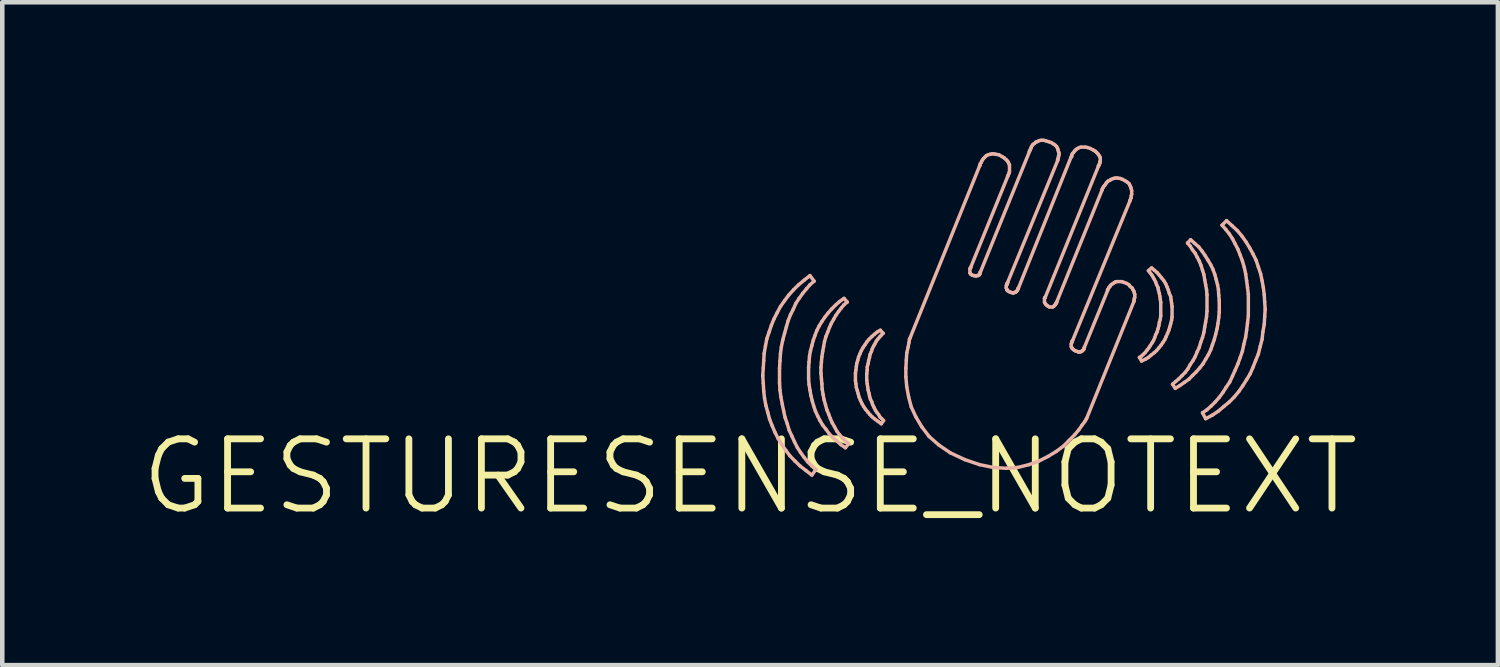
<source format=kicad_pcb>
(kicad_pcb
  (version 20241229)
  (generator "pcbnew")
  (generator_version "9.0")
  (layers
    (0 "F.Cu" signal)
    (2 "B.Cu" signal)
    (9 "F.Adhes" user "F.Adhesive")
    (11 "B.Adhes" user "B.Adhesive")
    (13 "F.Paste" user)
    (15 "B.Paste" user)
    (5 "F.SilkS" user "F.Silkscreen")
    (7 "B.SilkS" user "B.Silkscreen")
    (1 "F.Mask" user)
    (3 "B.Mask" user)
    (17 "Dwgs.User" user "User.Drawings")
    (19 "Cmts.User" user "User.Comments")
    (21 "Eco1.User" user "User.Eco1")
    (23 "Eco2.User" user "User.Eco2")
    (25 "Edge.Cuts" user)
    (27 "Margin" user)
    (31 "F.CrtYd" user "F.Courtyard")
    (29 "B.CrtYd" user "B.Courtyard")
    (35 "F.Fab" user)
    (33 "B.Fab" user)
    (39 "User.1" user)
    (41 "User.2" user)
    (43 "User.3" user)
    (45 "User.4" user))
  (footprint "GESTURESENSE_NOTEXT"
    (layer "F.Cu")
    (at 13.462 7.437)
    (property "Reference" "GESTURESENSE_NOTEXT" (at 0 0 0) (layer "F.SilkS") (effects (font (size 1.524 1.524) (thickness 0.15))))
    (attr exclude_from_pos_files exclude_from_bom)
    (fp_line (start 0.279 -2.22) (end 0.29 -2.05) (stroke (width 0.076) (type solid)) (layer "B.SilkS"))
    (fp_line (start 0.29 -2.388) (end 0.279 -2.22) (stroke (width 0.076) (type solid)) (layer "B.SilkS"))
    (fp_line (start 0.29 -2.05) (end 0.3 -1.88) (stroke (width 0.076) (type solid)) (layer "B.SilkS"))
    (fp_line (start 0.3 -2.548) (end 0.29 -2.388) (stroke (width 0.076) (type solid)) (layer "B.SilkS"))
    (fp_line (start 0.3 -1.88) (end 0.318 -1.72) (stroke (width 0.076) (type solid)) (layer "B.SilkS"))
    (fp_line (start 0.31 -2.708) (end 0.3 -2.548) (stroke (width 0.076) (type solid)) (layer "B.SilkS"))
    (fp_line (start 0.318 -1.72) (end 0.348 -1.56) (stroke (width 0.076) (type solid)) (layer "B.SilkS"))
    (fp_line (start 0.338 -2.868) (end 0.31 -2.708) (stroke (width 0.076) (type solid)) (layer "B.SilkS"))
    (fp_line (start 0.348 -1.56) (end 0.389 -1.41) (stroke (width 0.076) (type solid)) (layer "B.SilkS"))
    (fp_line (start 0.368 -3.028) (end 0.338 -2.868) (stroke (width 0.076) (type solid)) (layer "B.SilkS"))
    (fp_line (start 0.389 -1.41) (end 0.429 -1.26) (stroke (width 0.076) (type solid)) (layer "B.SilkS"))
    (fp_line (start 0.419 -3.178) (end 0.368 -3.028) (stroke (width 0.076) (type solid)) (layer "B.SilkS"))
    (fp_line (start 0.429 -1.26) (end 0.488 -1.11) (stroke (width 0.076) (type solid)) (layer "B.SilkS"))
    (fp_line (start 0.47 -3.33) (end 0.419 -3.178) (stroke (width 0.076) (type solid)) (layer "B.SilkS"))
    (fp_line (start 0.488 -1.11) (end 0.549 -0.968) (stroke (width 0.076) (type solid)) (layer "B.SilkS"))
    (fp_line (start 0.528 -3.47) (end 0.47 -3.33) (stroke (width 0.076) (type solid)) (layer "B.SilkS"))
    (fp_line (start 0.549 -0.968) (end 0.62 -0.828) (stroke (width 0.076) (type solid)) (layer "B.SilkS"))
    (fp_line (start 0.599 -3.609) (end 0.528 -3.47) (stroke (width 0.076) (type solid)) (layer "B.SilkS"))
    (fp_line (start 0.62 -0.828) (end 0.699 -0.699) (stroke (width 0.076) (type solid)) (layer "B.SilkS"))
    (fp_line (start 0.648 -2.38) (end 0.658 -2.54) (stroke (width 0.076) (type solid)) (layer "B.SilkS"))
    (fp_line (start 0.648 -2.06) (end 0.648 -2.38) (stroke (width 0.076) (type solid)) (layer "B.SilkS"))
    (fp_line (start 0.658 -2.54) (end 0.668 -2.697) (stroke (width 0.076) (type solid)) (layer "B.SilkS"))
    (fp_line (start 0.658 -1.9) (end 0.648 -2.06) (stroke (width 0.076) (type solid)) (layer "B.SilkS"))
    (fp_line (start 0.668 -3.739) (end 0.599 -3.609) (stroke (width 0.076) (type solid)) (layer "B.SilkS"))
    (fp_line (start 0.668 -2.697) (end 0.688 -2.85) (stroke (width 0.076) (type solid)) (layer "B.SilkS"))
    (fp_line (start 0.678 -1.748) (end 0.658 -1.9) (stroke (width 0.076) (type solid)) (layer "B.SilkS"))
    (fp_line (start 0.688 -2.85) (end 0.719 -3) (stroke (width 0.076) (type solid)) (layer "B.SilkS"))
    (fp_line (start 0.699 -0.699) (end 0.79 -0.569) (stroke (width 0.076) (type solid)) (layer "B.SilkS"))
    (fp_line (start 0.709 -1.587) (end 0.678 -1.748) (stroke (width 0.076) (type solid)) (layer "B.SilkS"))
    (fp_line (start 0.719 -3) (end 0.759 -3.15) (stroke (width 0.076) (type solid)) (layer "B.SilkS"))
    (fp_line (start 0.739 -1.438) (end 0.709 -1.587) (stroke (width 0.076) (type solid)) (layer "B.SilkS"))
    (fp_line (start 0.759 -3.868) (end 0.668 -3.739) (stroke (width 0.076) (type solid)) (layer "B.SilkS"))
    (fp_line (start 0.759 -3.15) (end 0.798 -3.289) (stroke (width 0.076) (type solid)) (layer "B.SilkS"))
    (fp_line (start 0.77 -1.298) (end 0.739 -1.438) (stroke (width 0.076) (type solid)) (layer "B.SilkS"))
    (fp_line (start 0.79 -0.569) (end 0.879 -0.45) (stroke (width 0.076) (type solid)) (layer "B.SilkS"))
    (fp_line (start 0.798 -3.289) (end 0.838 -3.429) (stroke (width 0.076) (type solid)) (layer "B.SilkS"))
    (fp_line (start 0.818 -1.158) (end 0.77 -1.298) (stroke (width 0.076) (type solid)) (layer "B.SilkS"))
    (fp_line (start 0.838 -3.429) (end 0.889 -3.559) (stroke (width 0.076) (type solid)) (layer "B.SilkS"))
    (fp_line (start 0.848 -3.988) (end 0.759 -3.868) (stroke (width 0.076) (type solid)) (layer "B.SilkS"))
    (fp_line (start 0.859 -1.019) (end 0.818 -1.158) (stroke (width 0.076) (type solid)) (layer "B.SilkS"))
    (fp_line (start 0.879 -0.45) (end 0.988 -0.338) (stroke (width 0.076) (type solid)) (layer "B.SilkS"))
    (fp_line (start 0.889 -3.559) (end 0.95 -3.678) (stroke (width 0.076) (type solid)) (layer "B.SilkS"))
    (fp_line (start 0.919 -0.889) (end 0.859 -1.019) (stroke (width 0.076) (type solid)) (layer "B.SilkS"))
    (fp_line (start 0.95 -3.678) (end 1.008 -3.81) (stroke (width 0.076) (type solid)) (layer "B.SilkS"))
    (fp_line (start 0.958 -4.11) (end 0.848 -3.988) (stroke (width 0.076) (type solid)) (layer "B.SilkS"))
    (fp_line (start 0.978 -0.759) (end 0.919 -0.889) (stroke (width 0.076) (type solid)) (layer "B.SilkS"))
    (fp_line (start 0.988 -0.338) (end 1.1 -0.229) (stroke (width 0.076) (type solid)) (layer "B.SilkS"))
    (fp_line (start 1.008 -3.81) (end 1.079 -3.919) (stroke (width 0.076) (type solid)) (layer "B.SilkS"))
    (fp_line (start 1.039 -0.638) (end 0.978 -0.759) (stroke (width 0.076) (type solid)) (layer "B.SilkS"))
    (fp_line (start 1.069 -4.219) (end 0.958 -4.11) (stroke (width 0.076) (type solid)) (layer "B.SilkS"))
    (fp_line (start 1.079 -3.919) (end 1.158 -4.028) (stroke (width 0.076) (type solid)) (layer "B.SilkS"))
    (fp_line (start 1.1 -0.229) (end 1.229 -0.13) (stroke (width 0.076) (type solid)) (layer "B.SilkS"))
    (fp_line (start 1.11 -0.528) (end 1.039 -0.638) (stroke (width 0.076) (type solid)) (layer "B.SilkS"))
    (fp_line (start 1.158 -4.028) (end 1.24 -4.128) (stroke (width 0.076) (type solid)) (layer "B.SilkS"))
    (fp_line (start 1.189 -4.318) (end 1.069 -4.219) (stroke (width 0.076) (type solid)) (layer "B.SilkS"))
    (fp_line (start 1.189 -0.419) (end 1.11 -0.528) (stroke (width 0.076) (type solid)) (layer "B.SilkS"))
    (fp_line (start 1.229 -0.13) (end 1.359 -0.028) (stroke (width 0.076) (type solid)) (layer "B.SilkS"))
    (fp_line (start 1.24 -4.128) (end 1.318 -4.219) (stroke (width 0.076) (type solid)) (layer "B.SilkS"))
    (fp_line (start 1.27 -0.318) (end 1.189 -0.419) (stroke (width 0.076) (type solid)) (layer "B.SilkS"))
    (fp_line (start 1.288 -2.398) (end 1.288 -2.149) (stroke (width 0.076) (type solid)) (layer "B.SilkS"))
    (fp_line (start 1.288 -2.149) (end 1.298 -2.019) (stroke (width 0.076) (type solid)) (layer "B.SilkS"))
    (fp_line (start 1.298 -2.52) (end 1.288 -2.398) (stroke (width 0.076) (type solid)) (layer "B.SilkS"))
    (fp_line (start 1.298 -2.019) (end 1.318 -1.9) (stroke (width 0.076) (type solid)) (layer "B.SilkS"))
    (fp_line (start 1.308 -2.649) (end 1.298 -2.52) (stroke (width 0.076) (type solid)) (layer "B.SilkS"))
    (fp_line (start 1.318 -4.42) (end 1.189 -4.318) (stroke (width 0.076) (type solid)) (layer "B.SilkS"))
    (fp_line (start 1.318 -4.219) (end 1.41 -4.298) (stroke (width 0.076) (type solid)) (layer "B.SilkS"))
    (fp_line (start 1.318 -1.9) (end 1.339 -1.778) (stroke (width 0.076) (type solid)) (layer "B.SilkS"))
    (fp_line (start 1.328 -2.758) (end 1.308 -2.649) (stroke (width 0.076) (type solid)) (layer "B.SilkS"))
    (fp_line (start 1.339 -1.778) (end 1.369 -1.659) (stroke (width 0.076) (type solid)) (layer "B.SilkS"))
    (fp_line (start 1.359 -2.878) (end 1.328 -2.758) (stroke (width 0.076) (type solid)) (layer "B.SilkS"))
    (fp_line (start 1.359 -0.229) (end 1.27 -0.318) (stroke (width 0.076) (type solid)) (layer "B.SilkS"))
    (fp_line (start 1.359 -0.028) (end 1.448 -0.15) (stroke (width 0.076) (type solid)) (layer "B.SilkS"))
    (fp_line (start 1.369 -1.659) (end 1.4 -1.549) (stroke (width 0.076) (type solid)) (layer "B.SilkS"))
    (fp_line (start 1.389 -2.99) (end 1.359 -2.878) (stroke (width 0.076) (type solid)) (layer "B.SilkS"))
    (fp_line (start 1.4 -1.549) (end 1.438 -1.438) (stroke (width 0.076) (type solid)) (layer "B.SilkS"))
    (fp_line (start 1.41 -4.298) (end 1.318 -4.42) (stroke (width 0.076) (type solid)) (layer "B.SilkS"))
    (fp_line (start 1.427 -3.099) (end 1.389 -2.99) (stroke (width 0.076) (type solid)) (layer "B.SilkS"))
    (fp_line (start 1.438 -1.438) (end 1.488 -1.328) (stroke (width 0.076) (type solid)) (layer "B.SilkS"))
    (fp_line (start 1.448 -0.15) (end 1.359 -0.229) (stroke (width 0.076) (type solid)) (layer "B.SilkS"))
    (fp_line (start 1.468 -3.208) (end 1.427 -3.099) (stroke (width 0.076) (type solid)) (layer "B.SilkS"))
    (fp_line (start 1.488 -1.328) (end 1.539 -1.229) (stroke (width 0.076) (type solid)) (layer "B.SilkS"))
    (fp_line (start 1.519 -3.31) (end 1.468 -3.208) (stroke (width 0.076) (type solid)) (layer "B.SilkS"))
    (fp_line (start 1.539 -1.229) (end 1.598 -1.128) (stroke (width 0.076) (type solid)) (layer "B.SilkS"))
    (fp_line (start 1.56 -2.398) (end 1.57 -2.51) (stroke (width 0.076) (type solid)) (layer "B.SilkS"))
    (fp_line (start 1.56 -2.268) (end 1.56 -2.398) (stroke (width 0.076) (type solid)) (layer "B.SilkS"))
    (fp_line (start 1.57 -2.51) (end 1.58 -2.629) (stroke (width 0.076) (type solid)) (layer "B.SilkS"))
    (fp_line (start 1.57 -2.149) (end 1.56 -2.268) (stroke (width 0.076) (type solid)) (layer "B.SilkS"))
    (fp_line (start 1.58 -3.409) (end 1.519 -3.31) (stroke (width 0.076) (type solid)) (layer "B.SilkS"))
    (fp_line (start 1.58 -2.629) (end 1.598 -2.748) (stroke (width 0.076) (type solid)) (layer "B.SilkS"))
    (fp_line (start 1.58 -2.04) (end 1.57 -2.149) (stroke (width 0.076) (type solid)) (layer "B.SilkS"))
    (fp_line (start 1.587 -1.918) (end 1.58 -2.04) (stroke (width 0.076) (type solid)) (layer "B.SilkS"))
    (fp_line (start 1.598 -2.748) (end 1.618 -2.857) (stroke (width 0.076) (type solid)) (layer "B.SilkS"))
    (fp_line (start 1.598 -1.128) (end 1.669 -1.039) (stroke (width 0.076) (type solid)) (layer "B.SilkS"))
    (fp_line (start 1.608 -1.798) (end 1.587 -1.918) (stroke (width 0.076) (type solid)) (layer "B.SilkS"))
    (fp_line (start 1.618 -2.857) (end 1.638 -2.969) (stroke (width 0.076) (type solid)) (layer "B.SilkS"))
    (fp_line (start 1.628 -1.689) (end 1.608 -1.798) (stroke (width 0.076) (type solid)) (layer "B.SilkS"))
    (fp_line (start 1.638 -2.969) (end 1.669 -3.078) (stroke (width 0.076) (type solid)) (layer "B.SilkS"))
    (fp_line (start 1.648 -3.508) (end 1.58 -3.409) (stroke (width 0.076) (type solid)) (layer "B.SilkS"))
    (fp_line (start 1.659 -1.58) (end 1.628 -1.689) (stroke (width 0.076) (type solid)) (layer "B.SilkS"))
    (fp_line (start 1.669 -3.078) (end 1.709 -3.178) (stroke (width 0.076) (type solid)) (layer "B.SilkS"))
    (fp_line (start 1.669 -1.039) (end 1.74 -0.94) (stroke (width 0.076) (type solid)) (layer "B.SilkS"))
    (fp_line (start 1.689 -1.468) (end 1.659 -1.58) (stroke (width 0.076) (type solid)) (layer "B.SilkS"))
    (fp_line (start 1.709 -3.178) (end 1.748 -3.279) (stroke (width 0.076) (type solid)) (layer "B.SilkS"))
    (fp_line (start 1.72 -3.599) (end 1.648 -3.508) (stroke (width 0.076) (type solid)) (layer "B.SilkS"))
    (fp_line (start 1.73 -1.369) (end 1.689 -1.468) (stroke (width 0.076) (type solid)) (layer "B.SilkS"))
    (fp_line (start 1.74 -0.94) (end 1.819 -0.859) (stroke (width 0.076) (type solid)) (layer "B.SilkS"))
    (fp_line (start 1.748 -3.279) (end 1.788 -3.368) (stroke (width 0.076) (type solid)) (layer "B.SilkS"))
    (fp_line (start 1.768 -1.27) (end 1.73 -1.369) (stroke (width 0.076) (type solid)) (layer "B.SilkS"))
    (fp_line (start 1.788 -3.368) (end 1.839 -3.459) (stroke (width 0.076) (type solid)) (layer "B.SilkS"))
    (fp_line (start 1.798 -3.688) (end 1.72 -3.599) (stroke (width 0.076) (type solid)) (layer "B.SilkS"))
    (fp_line (start 1.808 -1.179) (end 1.768 -1.27) (stroke (width 0.076) (type solid)) (layer "B.SilkS"))
    (fp_line (start 1.819 -0.859) (end 1.908 -0.78) (stroke (width 0.076) (type solid)) (layer "B.SilkS"))
    (fp_line (start 1.839 -3.459) (end 1.89 -3.548) (stroke (width 0.076) (type solid)) (layer "B.SilkS"))
    (fp_line (start 1.859 -1.09) (end 1.808 -1.179) (stroke (width 0.076) (type solid)) (layer "B.SilkS"))
    (fp_line (start 1.88 -3.769) (end 1.798 -3.688) (stroke (width 0.076) (type solid)) (layer "B.SilkS"))
    (fp_line (start 1.89 -3.548) (end 1.948 -3.63) (stroke (width 0.076) (type solid)) (layer "B.SilkS"))
    (fp_line (start 1.908 -0.998) (end 1.859 -1.09) (stroke (width 0.076) (type solid)) (layer "B.SilkS"))
    (fp_line (start 1.908 -0.78) (end 1.999 -0.699) (stroke (width 0.076) (type solid)) (layer "B.SilkS"))
    (fp_line (start 1.948 -3.63) (end 2.009 -3.708) (stroke (width 0.076) (type solid)) (layer "B.SilkS"))
    (fp_line (start 1.968 -3.848) (end 1.88 -3.769) (stroke (width 0.076) (type solid)) (layer "B.SilkS"))
    (fp_line (start 1.968 -0.919) (end 1.908 -0.998) (stroke (width 0.076) (type solid)) (layer "B.SilkS"))
    (fp_line (start 1.999 -0.699) (end 2.098 -0.63) (stroke (width 0.076) (type solid)) (layer "B.SilkS"))
    (fp_line (start 2.009 -3.708) (end 2.068 -3.78) (stroke (width 0.076) (type solid)) (layer "B.SilkS"))
    (fp_line (start 2.029 -0.848) (end 1.968 -0.919) (stroke (width 0.076) (type solid)) (layer "B.SilkS"))
    (fp_line (start 2.068 -3.919) (end 1.968 -3.848) (stroke (width 0.076) (type solid)) (layer "B.SilkS"))
    (fp_line (start 2.068 -3.78) (end 2.139 -3.838) (stroke (width 0.076) (type solid)) (layer "B.SilkS"))
    (fp_line (start 2.098 -0.78) (end 2.029 -0.848) (stroke (width 0.076) (type solid)) (layer "B.SilkS"))
    (fp_line (start 2.098 -0.63) (end 2.169 -0.719) (stroke (width 0.076) (type solid)) (layer "B.SilkS"))
    (fp_line (start 2.139 -3.838) (end 2.068 -3.919) (stroke (width 0.076) (type solid)) (layer "B.SilkS"))
    (fp_line (start 2.169 -0.719) (end 2.098 -0.78) (stroke (width 0.076) (type solid)) (layer "B.SilkS"))
    (fp_line (start 2.319 -2.268) (end 2.319 -2.108) (stroke (width 0.076) (type solid)) (layer "B.SilkS"))
    (fp_line (start 2.319 -2.108) (end 2.329 -2.04) (stroke (width 0.076) (type solid)) (layer "B.SilkS"))
    (fp_line (start 2.329 -2.339) (end 2.319 -2.268) (stroke (width 0.076) (type solid)) (layer "B.SilkS"))
    (fp_line (start 2.329 -2.04) (end 2.339 -1.958) (stroke (width 0.076) (type solid)) (layer "B.SilkS"))
    (fp_line (start 2.339 -2.418) (end 2.329 -2.339) (stroke (width 0.076) (type solid)) (layer "B.SilkS"))
    (fp_line (start 2.339 -1.958) (end 2.36 -1.89) (stroke (width 0.076) (type solid)) (layer "B.SilkS"))
    (fp_line (start 2.349 -2.489) (end 2.339 -2.418) (stroke (width 0.076) (type solid)) (layer "B.SilkS"))
    (fp_line (start 2.36 -1.89) (end 2.38 -1.819) (stroke (width 0.076) (type solid)) (layer "B.SilkS"))
    (fp_line (start 2.37 -2.558) (end 2.349 -2.489) (stroke (width 0.076) (type solid)) (layer "B.SilkS"))
    (fp_line (start 2.38 -1.819) (end 2.398 -1.748) (stroke (width 0.076) (type solid)) (layer "B.SilkS"))
    (fp_line (start 2.388 -2.629) (end 2.37 -2.558) (stroke (width 0.076) (type solid)) (layer "B.SilkS"))
    (fp_line (start 2.398 -1.748) (end 2.428 -1.679) (stroke (width 0.076) (type solid)) (layer "B.SilkS"))
    (fp_line (start 2.418 -2.697) (end 2.388 -2.629) (stroke (width 0.076) (type solid)) (layer "B.SilkS"))
    (fp_line (start 2.428 -1.679) (end 2.459 -1.608) (stroke (width 0.076) (type solid)) (layer "B.SilkS"))
    (fp_line (start 2.449 -2.769) (end 2.418 -2.697) (stroke (width 0.076) (type solid)) (layer "B.SilkS"))
    (fp_line (start 2.459 -1.608) (end 2.499 -1.539) (stroke (width 0.076) (type solid)) (layer "B.SilkS"))
    (fp_line (start 2.489 -2.84) (end 2.449 -2.769) (stroke (width 0.076) (type solid)) (layer "B.SilkS"))
    (fp_line (start 2.499 -1.539) (end 2.54 -1.478) (stroke (width 0.076) (type solid)) (layer "B.SilkS"))
    (fp_line (start 2.53 -2.898) (end 2.489 -2.84) (stroke (width 0.076) (type solid)) (layer "B.SilkS"))
    (fp_line (start 2.54 -1.478) (end 2.588 -1.42) (stroke (width 0.076) (type solid)) (layer "B.SilkS"))
    (fp_line (start 2.568 -2.959) (end 2.53 -2.898) (stroke (width 0.076) (type solid)) (layer "B.SilkS"))
    (fp_line (start 2.568 -2.258) (end 2.578 -2.339) (stroke (width 0.076) (type solid)) (layer "B.SilkS"))
    (fp_line (start 2.568 -2.118) (end 2.568 -2.258) (stroke (width 0.076) (type solid)) (layer "B.SilkS"))
    (fp_line (start 2.578 -2.408) (end 2.598 -2.479) (stroke (width 0.076) (type solid)) (layer "B.SilkS"))
    (fp_line (start 2.578 -2.339) (end 2.578 -2.408) (stroke (width 0.076) (type solid)) (layer "B.SilkS"))
    (fp_line (start 2.578 -2.04) (end 2.568 -2.118) (stroke (width 0.076) (type solid)) (layer "B.SilkS"))
    (fp_line (start 2.588 -1.968) (end 2.578 -2.04) (stroke (width 0.076) (type solid)) (layer "B.SilkS"))
    (fp_line (start 2.588 -1.42) (end 2.639 -1.359) (stroke (width 0.076) (type solid)) (layer "B.SilkS"))
    (fp_line (start 2.598 -2.479) (end 2.609 -2.548) (stroke (width 0.076) (type solid)) (layer "B.SilkS"))
    (fp_line (start 2.598 -1.9) (end 2.588 -1.968) (stroke (width 0.076) (type solid)) (layer "B.SilkS"))
    (fp_line (start 2.609 -2.548) (end 2.629 -2.619) (stroke (width 0.076) (type solid)) (layer "B.SilkS"))
    (fp_line (start 2.619 -3.018) (end 2.568 -2.959) (stroke (width 0.076) (type solid)) (layer "B.SilkS"))
    (fp_line (start 2.619 -1.829) (end 2.598 -1.9) (stroke (width 0.076) (type solid)) (layer "B.SilkS"))
    (fp_line (start 2.629 -2.619) (end 2.639 -2.68) (stroke (width 0.076) (type solid)) (layer "B.SilkS"))
    (fp_line (start 2.629 -1.768) (end 2.619 -1.829) (stroke (width 0.076) (type solid)) (layer "B.SilkS"))
    (fp_line (start 2.639 -2.68) (end 2.67 -2.748) (stroke (width 0.076) (type solid)) (layer "B.SilkS"))
    (fp_line (start 2.639 -1.359) (end 2.69 -1.308) (stroke (width 0.076) (type solid)) (layer "B.SilkS"))
    (fp_line (start 2.649 -1.699) (end 2.629 -1.768) (stroke (width 0.076) (type solid)) (layer "B.SilkS"))
    (fp_line (start 2.67 -2.748) (end 2.69 -2.809) (stroke (width 0.076) (type solid)) (layer "B.SilkS"))
    (fp_line (start 2.68 -3.078) (end 2.619 -3.018) (stroke (width 0.076) (type solid)) (layer "B.SilkS"))
    (fp_line (start 2.68 -1.638) (end 2.649 -1.699) (stroke (width 0.076) (type solid)) (layer "B.SilkS"))
    (fp_line (start 2.69 -2.809) (end 2.718 -2.868) (stroke (width 0.076) (type solid)) (layer "B.SilkS"))
    (fp_line (start 2.69 -1.308) (end 2.748 -1.26) (stroke (width 0.076) (type solid)) (layer "B.SilkS"))
    (fp_line (start 2.697 -1.58) (end 2.68 -1.638) (stroke (width 0.076) (type solid)) (layer "B.SilkS"))
    (fp_line (start 2.718 -2.868) (end 2.748 -2.918) (stroke (width 0.076) (type solid)) (layer "B.SilkS"))
    (fp_line (start 2.728 -1.519) (end 2.697 -1.58) (stroke (width 0.076) (type solid)) (layer "B.SilkS"))
    (fp_line (start 2.738 -3.129) (end 2.68 -3.078) (stroke (width 0.076) (type solid)) (layer "B.SilkS"))
    (fp_line (start 2.748 -2.918) (end 2.779 -2.979) (stroke (width 0.076) (type solid)) (layer "B.SilkS"))
    (fp_line (start 2.748 -1.26) (end 2.819 -1.209) (stroke (width 0.076) (type solid)) (layer "B.SilkS"))
    (fp_line (start 2.758 -1.458) (end 2.728 -1.519) (stroke (width 0.076) (type solid)) (layer "B.SilkS"))
    (fp_line (start 2.779 -2.979) (end 2.809 -3.018) (stroke (width 0.076) (type solid)) (layer "B.SilkS"))
    (fp_line (start 2.789 -1.41) (end 2.758 -1.458) (stroke (width 0.076) (type solid)) (layer "B.SilkS"))
    (fp_line (start 2.799 -3.178) (end 2.738 -3.129) (stroke (width 0.076) (type solid)) (layer "B.SilkS"))
    (fp_line (start 2.809 -3.018) (end 2.85 -3.068) (stroke (width 0.076) (type solid)) (layer "B.SilkS"))
    (fp_line (start 2.819 -1.209) (end 2.888 -1.158) (stroke (width 0.076) (type solid)) (layer "B.SilkS"))
    (fp_line (start 2.83 -1.359) (end 2.789 -1.41) (stroke (width 0.076) (type solid)) (layer "B.SilkS"))
    (fp_line (start 2.85 -3.068) (end 2.888 -3.109) (stroke (width 0.076) (type solid)) (layer "B.SilkS"))
    (fp_line (start 2.857 -1.308) (end 2.83 -1.359) (stroke (width 0.076) (type solid)) (layer "B.SilkS"))
    (fp_line (start 2.868 -3.218) (end 2.799 -3.178) (stroke (width 0.076) (type solid)) (layer "B.SilkS"))
    (fp_line (start 2.888 -3.109) (end 2.929 -3.15) (stroke (width 0.076) (type solid)) (layer "B.SilkS"))
    (fp_line (start 2.888 -1.158) (end 2.939 -1.229) (stroke (width 0.076) (type solid)) (layer "B.SilkS"))
    (fp_line (start 2.898 -1.27) (end 2.857 -1.308) (stroke (width 0.076) (type solid)) (layer "B.SilkS"))
    (fp_line (start 2.929 -3.15) (end 2.868 -3.218) (stroke (width 0.076) (type solid)) (layer "B.SilkS"))
    (fp_line (start 2.939 -1.229) (end 2.898 -1.27) (stroke (width 0.076) (type solid)) (layer "B.SilkS"))
    (fp_line (start 3.429 -2.38) (end 3.439 -2.558) (stroke (width 0.076) (type solid)) (layer "B.SilkS"))
    (fp_line (start 3.429 -2.189) (end 3.429 -2.38) (stroke (width 0.076) (type solid)) (layer "B.SilkS"))
    (fp_line (start 3.439 -2.558) (end 3.449 -2.718) (stroke (width 0.076) (type solid)) (layer "B.SilkS"))
    (fp_line (start 3.449 -2.718) (end 3.48 -2.85) (stroke (width 0.076) (type solid)) (layer "B.SilkS"))
    (fp_line (start 3.449 -1.968) (end 3.429 -2.189) (stroke (width 0.076) (type solid)) (layer "B.SilkS"))
    (fp_line (start 3.48 -2.85) (end 3.498 -2.949) (stroke (width 0.076) (type solid)) (layer "B.SilkS"))
    (fp_line (start 3.49 -1.748) (end 3.449 -1.968) (stroke (width 0.076) (type solid)) (layer "B.SilkS"))
    (fp_line (start 3.498 -2.949) (end 3.508 -3.018) (stroke (width 0.076) (type solid)) (layer "B.SilkS"))
    (fp_line (start 3.508 -3.018) (end 3.518 -3.038) (stroke (width 0.076) (type solid)) (layer "B.SilkS"))
    (fp_line (start 3.518 -3.038) (end 5.05 -6.828) (stroke (width 0.076) (type solid)) (layer "B.SilkS"))
    (fp_line (start 3.548 -1.529) (end 3.49 -1.748) (stroke (width 0.076) (type solid)) (layer "B.SilkS"))
    (fp_line (start 3.65 -1.308) (end 3.548 -1.529) (stroke (width 0.076) (type solid)) (layer "B.SilkS"))
    (fp_line (start 3.78 -1.09) (end 3.65 -1.308) (stroke (width 0.076) (type solid)) (layer "B.SilkS"))
    (fp_line (start 3.94 -0.879) (end 3.78 -1.09) (stroke (width 0.076) (type solid)) (layer "B.SilkS"))
    (fp_line (start 4.158 -0.688) (end 3.94 -0.879) (stroke (width 0.076) (type solid)) (layer "B.SilkS"))
    (fp_line (start 4.409 -0.518) (end 4.158 -0.688) (stroke (width 0.076) (type solid)) (layer "B.SilkS"))
    (fp_line (start 4.729 -0.368) (end 4.409 -0.518) (stroke (width 0.076) (type solid)) (layer "B.SilkS"))
    (fp_line (start 4.839 -4.569) (end 4.839 -4.478) (stroke (width 0.076) (type solid)) (layer "B.SilkS"))
    (fp_line (start 4.839 -4.478) (end 4.849 -4.468) (stroke (width 0.076) (type solid)) (layer "B.SilkS"))
    (fp_line (start 4.849 -4.59) (end 4.849 -4.58) (stroke (width 0.076) (type solid)) (layer "B.SilkS"))
    (fp_line (start 4.849 -4.58) (end 4.839 -4.569) (stroke (width 0.076) (type solid)) (layer "B.SilkS"))
    (fp_line (start 4.849 -4.468) (end 4.859 -4.448) (stroke (width 0.076) (type solid)) (layer "B.SilkS"))
    (fp_line (start 4.859 -4.608) (end 4.859 -4.6) (stroke (width 0.076) (type solid)) (layer "B.SilkS"))
    (fp_line (start 4.859 -4.6) (end 4.849 -4.59) (stroke (width 0.076) (type solid)) (layer "B.SilkS"))
    (fp_line (start 4.859 -4.448) (end 4.879 -4.44) (stroke (width 0.076) (type solid)) (layer "B.SilkS"))
    (fp_line (start 4.879 -4.44) (end 4.889 -4.43) (stroke (width 0.076) (type solid)) (layer "B.SilkS"))
    (fp_line (start 4.889 -4.43) (end 4.92 -4.42) (stroke (width 0.076) (type solid)) (layer "B.SilkS"))
    (fp_line (start 4.92 -4.42) (end 4.948 -4.42) (stroke (width 0.076) (type solid)) (layer "B.SilkS"))
    (fp_line (start 4.948 -4.42) (end 4.968 -4.409) (stroke (width 0.076) (type solid)) (layer "B.SilkS"))
    (fp_line (start 4.968 -4.409) (end 4.989 -4.42) (stroke (width 0.076) (type solid)) (layer "B.SilkS"))
    (fp_line (start 4.989 -4.42) (end 5.019 -4.42) (stroke (width 0.076) (type solid)) (layer "B.SilkS"))
    (fp_line (start 5.019 -4.42) (end 5.039 -4.43) (stroke (width 0.076) (type solid)) (layer "B.SilkS"))
    (fp_line (start 5.039 -4.44) (end 5.05 -4.448) (stroke (width 0.076) (type solid)) (layer "B.SilkS"))
    (fp_line (start 5.039 -4.43) (end 5.039 -4.44) (stroke (width 0.076) (type solid)) (layer "B.SilkS"))
    (fp_line (start 5.05 -6.828) (end 5.06 -6.848) (stroke (width 0.076) (type solid)) (layer "B.SilkS"))
    (fp_line (start 5.05 -4.448) (end 5.06 -4.458) (stroke (width 0.076) (type solid)) (layer "B.SilkS"))
    (fp_line (start 5.05 -0.259) (end 4.729 -0.368) (stroke (width 0.076) (type solid)) (layer "B.SilkS"))
    (fp_line (start 5.06 -6.858) (end 5.07 -6.888) (stroke (width 0.076) (type solid)) (layer "B.SilkS"))
    (fp_line (start 5.06 -6.848) (end 5.06 -6.858) (stroke (width 0.076) (type solid)) (layer "B.SilkS"))
    (fp_line (start 5.06 -4.488) (end 5.07 -4.498) (stroke (width 0.076) (type solid)) (layer "B.SilkS"))
    (fp_line (start 5.06 -4.458) (end 5.06 -4.488) (stroke (width 0.076) (type solid)) (layer "B.SilkS"))
    (fp_line (start 5.07 -6.888) (end 5.088 -6.909) (stroke (width 0.076) (type solid)) (layer "B.SilkS"))
    (fp_line (start 5.07 -4.498) (end 6.149 -7.148) (stroke (width 0.076) (type solid)) (layer "B.SilkS"))
    (fp_line (start 5.088 -6.909) (end 5.098 -6.939) (stroke (width 0.076) (type solid)) (layer "B.SilkS"))
    (fp_line (start 5.098 -6.939) (end 5.118 -6.97) (stroke (width 0.076) (type solid)) (layer "B.SilkS"))
    (fp_line (start 5.118 -6.97) (end 5.138 -6.998) (stroke (width 0.076) (type solid)) (layer "B.SilkS"))
    (fp_line (start 5.138 -6.998) (end 5.169 -7.028) (stroke (width 0.076) (type solid)) (layer "B.SilkS"))
    (fp_line (start 5.169 -7.028) (end 5.199 -7.059) (stroke (width 0.076) (type solid)) (layer "B.SilkS"))
    (fp_line (start 5.199 -7.059) (end 5.237 -7.079) (stroke (width 0.076) (type solid)) (layer "B.SilkS"))
    (fp_line (start 5.237 -7.079) (end 5.278 -7.089) (stroke (width 0.076) (type solid)) (layer "B.SilkS"))
    (fp_line (start 5.278 -7.089) (end 5.319 -7.099) (stroke (width 0.076) (type solid)) (layer "B.SilkS"))
    (fp_line (start 5.319 -7.099) (end 5.37 -7.099) (stroke (width 0.076) (type solid)) (layer "B.SilkS"))
    (fp_line (start 5.349 -0.198) (end 5.05 -0.259) (stroke (width 0.076) (type solid)) (layer "B.SilkS"))
    (fp_line (start 5.37 -7.099) (end 5.418 -7.089) (stroke (width 0.076) (type solid)) (layer "B.SilkS"))
    (fp_line (start 5.418 -7.089) (end 5.479 -7.079) (stroke (width 0.076) (type solid)) (layer "B.SilkS"))
    (fp_line (start 5.479 -7.079) (end 5.55 -7.038) (stroke (width 0.076) (type solid)) (layer "B.SilkS"))
    (fp_line (start 5.55 -7.038) (end 5.598 -7.008) (stroke (width 0.076) (type solid)) (layer "B.SilkS"))
    (fp_line (start 5.598 -7.008) (end 5.639 -6.97) (stroke (width 0.076) (type solid)) (layer "B.SilkS"))
    (fp_line (start 5.639 -6.97) (end 5.669 -6.939) (stroke (width 0.076) (type solid)) (layer "B.SilkS"))
    (fp_line (start 5.639 -4.199) (end 5.639 -4.148) (stroke (width 0.076) (type solid)) (layer "B.SilkS"))
    (fp_line (start 5.639 -4.148) (end 5.649 -4.128) (stroke (width 0.076) (type solid)) (layer "B.SilkS"))
    (fp_line (start 5.639 -0.178) (end 5.349 -0.198) (stroke (width 0.076) (type solid)) (layer "B.SilkS"))
    (fp_line (start 5.649 -4.229) (end 5.649 -4.209) (stroke (width 0.076) (type solid)) (layer "B.SilkS"))
    (fp_line (start 5.649 -4.209) (end 5.639 -4.199) (stroke (width 0.076) (type solid)) (layer "B.SilkS"))
    (fp_line (start 5.649 -4.128) (end 5.649 -4.11) (stroke (width 0.076) (type solid)) (layer "B.SilkS"))
    (fp_line (start 5.649 -4.11) (end 5.659 -4.1) (stroke (width 0.076) (type solid)) (layer "B.SilkS"))
    (fp_line (start 5.659 -4.249) (end 5.659 -4.239) (stroke (width 0.076) (type solid)) (layer "B.SilkS"))
    (fp_line (start 5.659 -4.239) (end 5.649 -4.229) (stroke (width 0.076) (type solid)) (layer "B.SilkS"))
    (fp_line (start 5.659 -4.1) (end 5.679 -4.079) (stroke (width 0.076) (type solid)) (layer "B.SilkS"))
    (fp_line (start 5.669 -6.939) (end 5.69 -6.899) (stroke (width 0.076) (type solid)) (layer "B.SilkS"))
    (fp_line (start 5.669 -6.609) (end 5.669 -6.599) (stroke (width 0.076) (type solid)) (layer "B.SilkS"))
    (fp_line (start 5.669 -6.599) (end 4.859 -4.608) (stroke (width 0.076) (type solid)) (layer "B.SilkS"))
    (fp_line (start 5.669 -4.27) (end 5.669 -4.26) (stroke (width 0.076) (type solid)) (layer "B.SilkS"))
    (fp_line (start 5.669 -4.26) (end 5.659 -4.249) (stroke (width 0.076) (type solid)) (layer "B.SilkS"))
    (fp_line (start 5.679 -6.629) (end 5.669 -6.609) (stroke (width 0.076) (type solid)) (layer "B.SilkS"))
    (fp_line (start 5.679 -4.079) (end 5.7 -4.069) (stroke (width 0.076) (type solid)) (layer "B.SilkS"))
    (fp_line (start 5.69 -6.899) (end 5.71 -6.858) (stroke (width 0.076) (type solid)) (layer "B.SilkS"))
    (fp_line (start 5.69 -6.65) (end 5.679 -6.629) (stroke (width 0.076) (type solid)) (layer "B.SilkS"))
    (fp_line (start 5.7 -6.678) (end 5.69 -6.65) (stroke (width 0.076) (type solid)) (layer "B.SilkS"))
    (fp_line (start 5.7 -4.069) (end 5.718 -4.059) (stroke (width 0.076) (type solid)) (layer "B.SilkS"))
    (fp_line (start 5.71 -6.858) (end 5.71 -6.708) (stroke (width 0.076) (type solid)) (layer "B.SilkS"))
    (fp_line (start 5.71 -6.708) (end 5.7 -6.678) (stroke (width 0.076) (type solid)) (layer "B.SilkS"))
    (fp_line (start 5.718 -4.059) (end 5.748 -4.049) (stroke (width 0.076) (type solid)) (layer "B.SilkS"))
    (fp_line (start 5.748 -4.049) (end 5.779 -4.039) (stroke (width 0.076) (type solid)) (layer "B.SilkS"))
    (fp_line (start 5.779 -4.039) (end 5.799 -4.039) (stroke (width 0.076) (type solid)) (layer "B.SilkS"))
    (fp_line (start 5.799 -4.039) (end 5.819 -4.049) (stroke (width 0.076) (type solid)) (layer "B.SilkS"))
    (fp_line (start 5.819 -4.049) (end 5.829 -4.049) (stroke (width 0.076) (type solid)) (layer "B.SilkS"))
    (fp_line (start 5.829 -4.049) (end 5.85 -4.059) (stroke (width 0.076) (type solid)) (layer "B.SilkS"))
    (fp_line (start 5.85 -4.059) (end 5.86 -4.069) (stroke (width 0.076) (type solid)) (layer "B.SilkS"))
    (fp_line (start 5.86 -4.069) (end 5.87 -4.079) (stroke (width 0.076) (type solid)) (layer "B.SilkS"))
    (fp_line (start 5.87 -4.079) (end 5.878 -4.089) (stroke (width 0.076) (type solid)) (layer "B.SilkS"))
    (fp_line (start 5.878 -4.089) (end 5.888 -4.11) (stroke (width 0.076) (type solid)) (layer "B.SilkS"))
    (fp_line (start 5.888 -4.11) (end 5.898 -4.12) (stroke (width 0.076) (type solid)) (layer "B.SilkS"))
    (fp_line (start 5.898 -4.138) (end 5.908 -4.148) (stroke (width 0.076) (type solid)) (layer "B.SilkS"))
    (fp_line (start 5.898 -4.12) (end 5.898 -4.138) (stroke (width 0.076) (type solid)) (layer "B.SilkS"))
    (fp_line (start 5.898 -0.198) (end 5.639 -0.178) (stroke (width 0.076) (type solid)) (layer "B.SilkS"))
    (fp_line (start 5.908 -4.148) (end 7.069 -7.038) (stroke (width 0.076) (type solid)) (layer "B.SilkS"))
    (fp_line (start 6.139 -0.259) (end 5.898 -0.198) (stroke (width 0.076) (type solid)) (layer "B.SilkS"))
    (fp_line (start 6.149 -7.158) (end 6.16 -7.178) (stroke (width 0.076) (type solid)) (layer "B.SilkS"))
    (fp_line (start 6.149 -7.148) (end 6.149 -7.158) (stroke (width 0.076) (type solid)) (layer "B.SilkS"))
    (fp_line (start 6.16 -7.178) (end 6.17 -7.198) (stroke (width 0.076) (type solid)) (layer "B.SilkS"))
    (fp_line (start 6.17 -7.198) (end 6.18 -7.219) (stroke (width 0.076) (type solid)) (layer "B.SilkS"))
    (fp_line (start 6.18 -7.219) (end 6.19 -7.249) (stroke (width 0.076) (type solid)) (layer "B.SilkS"))
    (fp_line (start 6.19 -7.249) (end 6.208 -7.28) (stroke (width 0.076) (type solid)) (layer "B.SilkS"))
    (fp_line (start 6.208 -7.28) (end 6.228 -7.308) (stroke (width 0.076) (type solid)) (layer "B.SilkS"))
    (fp_line (start 6.228 -7.308) (end 6.259 -7.328) (stroke (width 0.076) (type solid)) (layer "B.SilkS"))
    (fp_line (start 6.259 -7.328) (end 6.289 -7.358) (stroke (width 0.076) (type solid)) (layer "B.SilkS"))
    (fp_line (start 6.289 -7.358) (end 6.32 -7.369) (stroke (width 0.076) (type solid)) (layer "B.SilkS"))
    (fp_line (start 6.32 -7.369) (end 6.358 -7.389) (stroke (width 0.076) (type solid)) (layer "B.SilkS"))
    (fp_line (start 6.358 -7.389) (end 6.408 -7.399) (stroke (width 0.076) (type solid)) (layer "B.SilkS"))
    (fp_line (start 6.358 -0.338) (end 6.139 -0.259) (stroke (width 0.076) (type solid)) (layer "B.SilkS"))
    (fp_line (start 6.408 -7.399) (end 6.459 -7.399) (stroke (width 0.076) (type solid)) (layer "B.SilkS"))
    (fp_line (start 6.459 -7.399) (end 6.507 -7.389) (stroke (width 0.076) (type solid)) (layer "B.SilkS"))
    (fp_line (start 6.48 -3.919) (end 6.48 -3.838) (stroke (width 0.076) (type solid)) (layer "B.SilkS"))
    (fp_line (start 6.48 -3.838) (end 6.49 -3.818) (stroke (width 0.076) (type solid)) (layer "B.SilkS"))
    (fp_line (start 6.49 -3.94) (end 6.49 -3.929) (stroke (width 0.076) (type solid)) (layer "B.SilkS"))
    (fp_line (start 6.49 -3.929) (end 6.48 -3.919) (stroke (width 0.076) (type solid)) (layer "B.SilkS"))
    (fp_line (start 6.49 -3.818) (end 6.5 -3.8) (stroke (width 0.076) (type solid)) (layer "B.SilkS"))
    (fp_line (start 6.5 -3.95) (end 6.49 -3.94) (stroke (width 0.076) (type solid)) (layer "B.SilkS"))
    (fp_line (start 6.5 -3.8) (end 6.518 -3.78) (stroke (width 0.076) (type solid)) (layer "B.SilkS"))
    (fp_line (start 6.507 -7.389) (end 6.568 -7.369) (stroke (width 0.076) (type solid)) (layer "B.SilkS"))
    (fp_line (start 6.518 -3.78) (end 6.538 -3.759) (stroke (width 0.076) (type solid)) (layer "B.SilkS"))
    (fp_line (start 6.538 -3.759) (end 6.558 -3.749) (stroke (width 0.076) (type solid)) (layer "B.SilkS"))
    (fp_line (start 6.558 -3.749) (end 6.589 -3.729) (stroke (width 0.076) (type solid)) (layer "B.SilkS"))
    (fp_line (start 6.558 -0.439) (end 6.358 -0.338) (stroke (width 0.076) (type solid)) (layer "B.SilkS"))
    (fp_line (start 6.568 -7.369) (end 6.629 -7.348) (stroke (width 0.076) (type solid)) (layer "B.SilkS"))
    (fp_line (start 6.589 -3.729) (end 6.66 -3.729) (stroke (width 0.076) (type solid)) (layer "B.SilkS"))
    (fp_line (start 6.629 -7.348) (end 6.678 -7.318) (stroke (width 0.076) (type solid)) (layer "B.SilkS"))
    (fp_line (start 6.66 -3.729) (end 6.678 -3.739) (stroke (width 0.076) (type solid)) (layer "B.SilkS"))
    (fp_line (start 6.678 -7.318) (end 6.718 -7.29) (stroke (width 0.076) (type solid)) (layer "B.SilkS"))
    (fp_line (start 6.678 -3.739) (end 6.688 -3.749) (stroke (width 0.076) (type solid)) (layer "B.SilkS"))
    (fp_line (start 6.688 -3.749) (end 6.698 -3.759) (stroke (width 0.076) (type solid)) (layer "B.SilkS"))
    (fp_line (start 6.698 -3.759) (end 6.708 -3.769) (stroke (width 0.076) (type solid)) (layer "B.SilkS"))
    (fp_line (start 6.708 -3.769) (end 6.718 -3.78) (stroke (width 0.076) (type solid)) (layer "B.SilkS"))
    (fp_line (start 6.718 -7.29) (end 6.749 -7.259) (stroke (width 0.076) (type solid)) (layer "B.SilkS"))
    (fp_line (start 6.718 -3.78) (end 6.728 -3.8) (stroke (width 0.076) (type solid)) (layer "B.SilkS"))
    (fp_line (start 6.728 -3.8) (end 6.739 -3.81) (stroke (width 0.076) (type solid)) (layer "B.SilkS"))
    (fp_line (start 6.739 -3.818) (end 6.749 -3.828) (stroke (width 0.076) (type solid)) (layer "B.SilkS"))
    (fp_line (start 6.739 -3.81) (end 6.739 -3.818) (stroke (width 0.076) (type solid)) (layer "B.SilkS"))
    (fp_line (start 6.739 -0.549) (end 6.558 -0.439) (stroke (width 0.076) (type solid)) (layer "B.SilkS"))
    (fp_line (start 6.749 -7.259) (end 6.769 -7.219) (stroke (width 0.076) (type solid)) (layer "B.SilkS"))
    (fp_line (start 6.749 -3.838) (end 7.75 -6.309) (stroke (width 0.076) (type solid)) (layer "B.SilkS"))
    (fp_line (start 6.749 -3.828) (end 6.749 -3.838) (stroke (width 0.076) (type solid)) (layer "B.SilkS"))
    (fp_line (start 6.769 -7.219) (end 6.779 -7.188) (stroke (width 0.076) (type solid)) (layer "B.SilkS"))
    (fp_line (start 6.769 -6.97) (end 6.769 -6.949) (stroke (width 0.076) (type solid)) (layer "B.SilkS"))
    (fp_line (start 6.769 -6.949) (end 5.669 -4.27) (stroke (width 0.076) (type solid)) (layer "B.SilkS"))
    (fp_line (start 6.779 -7.188) (end 6.789 -7.148) (stroke (width 0.076) (type solid)) (layer "B.SilkS"))
    (fp_line (start 6.779 -6.998) (end 6.779 -6.98) (stroke (width 0.076) (type solid)) (layer "B.SilkS"))
    (fp_line (start 6.779 -6.98) (end 6.769 -6.97) (stroke (width 0.076) (type solid)) (layer "B.SilkS"))
    (fp_line (start 6.789 -7.148) (end 6.8 -7.12) (stroke (width 0.076) (type solid)) (layer "B.SilkS"))
    (fp_line (start 6.789 -7.048) (end 6.789 -7.028) (stroke (width 0.076) (type solid)) (layer "B.SilkS"))
    (fp_line (start 6.789 -7.028) (end 6.779 -6.998) (stroke (width 0.076) (type solid)) (layer "B.SilkS"))
    (fp_line (start 6.8 -7.12) (end 6.8 -7.079) (stroke (width 0.076) (type solid)) (layer "B.SilkS"))
    (fp_line (start 6.8 -7.079) (end 6.789 -7.048) (stroke (width 0.076) (type solid)) (layer "B.SilkS"))
    (fp_line (start 6.899 -0.668) (end 6.739 -0.549) (stroke (width 0.076) (type solid)) (layer "B.SilkS"))
    (fp_line (start 7.028 -0.798) (end 6.899 -0.668) (stroke (width 0.076) (type solid)) (layer "B.SilkS"))
    (fp_line (start 7.069 -7.038) (end 7.079 -7.038) (stroke (width 0.076) (type solid)) (layer "B.SilkS"))
    (fp_line (start 7.069 -2.918) (end 7.069 -2.857) (stroke (width 0.076) (type solid)) (layer "B.SilkS"))
    (fp_line (start 7.069 -2.857) (end 7.079 -2.84) (stroke (width 0.076) (type solid)) (layer "B.SilkS"))
    (fp_line (start 7.079 -7.069) (end 7.089 -7.089) (stroke (width 0.076) (type solid)) (layer "B.SilkS"))
    (fp_line (start 7.079 -7.038) (end 7.079 -7.069) (stroke (width 0.076) (type solid)) (layer "B.SilkS"))
    (fp_line (start 7.079 -2.949) (end 7.079 -2.939) (stroke (width 0.076) (type solid)) (layer "B.SilkS"))
    (fp_line (start 7.079 -2.939) (end 7.069 -2.918) (stroke (width 0.076) (type solid)) (layer "B.SilkS"))
    (fp_line (start 7.079 -2.84) (end 7.089 -2.819) (stroke (width 0.076) (type solid)) (layer "B.SilkS"))
    (fp_line (start 7.089 -7.089) (end 7.099 -7.109) (stroke (width 0.076) (type solid)) (layer "B.SilkS"))
    (fp_line (start 7.089 -2.979) (end 7.089 -2.969) (stroke (width 0.076) (type solid)) (layer "B.SilkS"))
    (fp_line (start 7.089 -2.969) (end 7.079 -2.949) (stroke (width 0.076) (type solid)) (layer "B.SilkS"))
    (fp_line (start 7.089 -2.819) (end 7.099 -2.809) (stroke (width 0.076) (type solid)) (layer "B.SilkS"))
    (fp_line (start 7.099 -7.109) (end 7.12 -7.13) (stroke (width 0.076) (type solid)) (layer "B.SilkS"))
    (fp_line (start 7.099 -2.99) (end 7.089 -2.979) (stroke (width 0.076) (type solid)) (layer "B.SilkS"))
    (fp_line (start 7.099 -2.809) (end 7.12 -2.789) (stroke (width 0.076) (type solid)) (layer "B.SilkS"))
    (fp_line (start 7.12 -7.13) (end 7.14 -7.158) (stroke (width 0.076) (type solid)) (layer "B.SilkS"))
    (fp_line (start 7.12 -2.789) (end 7.148 -2.769) (stroke (width 0.076) (type solid)) (layer "B.SilkS"))
    (fp_line (start 7.14 -7.158) (end 7.158 -7.178) (stroke (width 0.076) (type solid)) (layer "B.SilkS"))
    (fp_line (start 7.148 -2.769) (end 7.178 -2.758) (stroke (width 0.076) (type solid)) (layer "B.SilkS"))
    (fp_line (start 7.148 -0.919) (end 7.028 -0.798) (stroke (width 0.076) (type solid)) (layer "B.SilkS"))
    (fp_line (start 7.158 -7.178) (end 7.178 -7.198) (stroke (width 0.076) (type solid)) (layer "B.SilkS"))
    (fp_line (start 7.178 -7.198) (end 7.209 -7.219) (stroke (width 0.076) (type solid)) (layer "B.SilkS"))
    (fp_line (start 7.178 -2.758) (end 7.209 -2.748) (stroke (width 0.076) (type solid)) (layer "B.SilkS"))
    (fp_line (start 7.209 -7.219) (end 7.249 -7.239) (stroke (width 0.076) (type solid)) (layer "B.SilkS"))
    (fp_line (start 7.209 -2.748) (end 7.229 -2.738) (stroke (width 0.076) (type solid)) (layer "B.SilkS"))
    (fp_line (start 7.229 -2.738) (end 7.259 -2.738) (stroke (width 0.076) (type solid)) (layer "B.SilkS"))
    (fp_line (start 7.239 -1.029) (end 7.148 -0.919) (stroke (width 0.076) (type solid)) (layer "B.SilkS"))
    (fp_line (start 7.249 -7.239) (end 7.29 -7.249) (stroke (width 0.076) (type solid)) (layer "B.SilkS"))
    (fp_line (start 7.259 -2.738) (end 7.28 -2.748) (stroke (width 0.076) (type solid)) (layer "B.SilkS"))
    (fp_line (start 7.28 -2.748) (end 7.29 -2.748) (stroke (width 0.076) (type solid)) (layer "B.SilkS"))
    (fp_line (start 7.29 -7.249) (end 7.379 -7.249) (stroke (width 0.076) (type solid)) (layer "B.SilkS"))
    (fp_line (start 7.29 -2.748) (end 7.308 -2.758) (stroke (width 0.076) (type solid)) (layer "B.SilkS"))
    (fp_line (start 7.308 -2.758) (end 7.318 -2.769) (stroke (width 0.076) (type solid)) (layer "B.SilkS"))
    (fp_line (start 7.308 -1.128) (end 7.239 -1.029) (stroke (width 0.076) (type solid)) (layer "B.SilkS"))
    (fp_line (start 7.318 -2.769) (end 7.328 -2.779) (stroke (width 0.076) (type solid)) (layer "B.SilkS"))
    (fp_line (start 7.328 -2.779) (end 7.338 -2.789) (stroke (width 0.076) (type solid)) (layer "B.SilkS"))
    (fp_line (start 7.338 -2.789) (end 7.348 -2.799) (stroke (width 0.076) (type solid)) (layer "B.SilkS"))
    (fp_line (start 7.348 -2.819) (end 7.358 -2.83) (stroke (width 0.076) (type solid)) (layer "B.SilkS"))
    (fp_line (start 7.348 -2.799) (end 7.348 -2.819) (stroke (width 0.076) (type solid)) (layer "B.SilkS"))
    (fp_line (start 7.358 -2.84) (end 7.869 -4.089) (stroke (width 0.076) (type solid)) (layer "B.SilkS"))
    (fp_line (start 7.358 -2.83) (end 7.358 -2.84) (stroke (width 0.076) (type solid)) (layer "B.SilkS"))
    (fp_line (start 7.369 -1.209) (end 7.308 -1.128) (stroke (width 0.076) (type solid)) (layer "B.SilkS"))
    (fp_line (start 7.379 -7.249) (end 7.429 -7.239) (stroke (width 0.076) (type solid)) (layer "B.SilkS"))
    (fp_line (start 7.399 -1.26) (end 7.369 -1.209) (stroke (width 0.076) (type solid)) (layer "B.SilkS"))
    (fp_line (start 7.409 -1.278) (end 7.399 -1.26) (stroke (width 0.076) (type solid)) (layer "B.SilkS"))
    (fp_line (start 7.429 -7.239) (end 7.488 -7.219) (stroke (width 0.076) (type solid)) (layer "B.SilkS"))
    (fp_line (start 7.488 -7.219) (end 7.549 -7.188) (stroke (width 0.076) (type solid)) (layer "B.SilkS"))
    (fp_line (start 7.549 -7.188) (end 7.6 -7.158) (stroke (width 0.076) (type solid)) (layer "B.SilkS"))
    (fp_line (start 7.6 -7.158) (end 7.628 -7.13) (stroke (width 0.076) (type solid)) (layer "B.SilkS"))
    (fp_line (start 7.628 -7.13) (end 7.658 -7.099) (stroke (width 0.076) (type solid)) (layer "B.SilkS"))
    (fp_line (start 7.658 -7.099) (end 7.678 -7.069) (stroke (width 0.076) (type solid)) (layer "B.SilkS"))
    (fp_line (start 7.668 -6.838) (end 7.668 -6.828) (stroke (width 0.076) (type solid)) (layer "B.SilkS"))
    (fp_line (start 7.668 -6.828) (end 6.5 -3.95) (stroke (width 0.076) (type solid)) (layer "B.SilkS"))
    (fp_line (start 7.678 -7.069) (end 7.699 -7.038) (stroke (width 0.076) (type solid)) (layer "B.SilkS"))
    (fp_line (start 7.678 -6.858) (end 7.678 -6.848) (stroke (width 0.076) (type solid)) (layer "B.SilkS"))
    (fp_line (start 7.678 -6.848) (end 7.668 -6.838) (stroke (width 0.076) (type solid)) (layer "B.SilkS"))
    (fp_line (start 7.689 -6.868) (end 7.678 -6.858) (stroke (width 0.076) (type solid)) (layer "B.SilkS"))
    (fp_line (start 7.699 -7.038) (end 7.709 -7.008) (stroke (width 0.076) (type solid)) (layer "B.SilkS"))
    (fp_line (start 7.699 -6.919) (end 7.699 -6.899) (stroke (width 0.076) (type solid)) (layer "B.SilkS"))
    (fp_line (start 7.699 -6.899) (end 7.689 -6.868) (stroke (width 0.076) (type solid)) (layer "B.SilkS"))
    (fp_line (start 7.709 -7.008) (end 7.709 -6.949) (stroke (width 0.076) (type solid)) (layer "B.SilkS"))
    (fp_line (start 7.709 -6.949) (end 7.699 -6.919) (stroke (width 0.076) (type solid)) (layer "B.SilkS"))
    (fp_line (start 7.75 -6.32) (end 7.76 -6.34) (stroke (width 0.076) (type solid)) (layer "B.SilkS"))
    (fp_line (start 7.75 -6.309) (end 7.75 -6.32) (stroke (width 0.076) (type solid)) (layer "B.SilkS"))
    (fp_line (start 7.76 -6.34) (end 7.77 -6.358) (stroke (width 0.076) (type solid)) (layer "B.SilkS"))
    (fp_line (start 7.77 -6.358) (end 7.788 -6.388) (stroke (width 0.076) (type solid)) (layer "B.SilkS"))
    (fp_line (start 7.788 -6.388) (end 7.808 -6.408) (stroke (width 0.076) (type solid)) (layer "B.SilkS"))
    (fp_line (start 7.808 -6.408) (end 7.828 -6.439) (stroke (width 0.076) (type solid)) (layer "B.SilkS"))
    (fp_line (start 7.828 -6.439) (end 7.849 -6.469) (stroke (width 0.076) (type solid)) (layer "B.SilkS"))
    (fp_line (start 7.849 -6.469) (end 7.879 -6.5) (stroke (width 0.076) (type solid)) (layer "B.SilkS"))
    (fp_line (start 7.869 -4.11) (end 7.879 -4.12) (stroke (width 0.076) (type solid)) (layer "B.SilkS"))
    (fp_line (start 7.869 -4.089) (end 7.869 -4.11) (stroke (width 0.076) (type solid)) (layer "B.SilkS"))
    (fp_line (start 7.879 -6.5) (end 7.92 -6.518) (stroke (width 0.076) (type solid)) (layer "B.SilkS"))
    (fp_line (start 7.879 -4.12) (end 7.889 -4.138) (stroke (width 0.076) (type solid)) (layer "B.SilkS"))
    (fp_line (start 7.889 -4.138) (end 7.899 -4.158) (stroke (width 0.076) (type solid)) (layer "B.SilkS"))
    (fp_line (start 7.899 -4.158) (end 7.92 -4.178) (stroke (width 0.076) (type solid)) (layer "B.SilkS"))
    (fp_line (start 7.92 -6.518) (end 7.948 -6.538) (stroke (width 0.076) (type solid)) (layer "B.SilkS"))
    (fp_line (start 7.92 -4.178) (end 7.93 -4.199) (stroke (width 0.076) (type solid)) (layer "B.SilkS"))
    (fp_line (start 7.93 -4.199) (end 7.948 -4.219) (stroke (width 0.076) (type solid)) (layer "B.SilkS"))
    (fp_line (start 7.948 -6.538) (end 7.998 -6.558) (stroke (width 0.076) (type solid)) (layer "B.SilkS"))
    (fp_line (start 7.948 -4.219) (end 7.978 -4.239) (stroke (width 0.076) (type solid)) (layer "B.SilkS"))
    (fp_line (start 7.978 -4.239) (end 8.009 -4.26) (stroke (width 0.076) (type solid)) (layer "B.SilkS"))
    (fp_line (start 7.998 -6.558) (end 8.039 -6.568) (stroke (width 0.076) (type solid)) (layer "B.SilkS"))
    (fp_line (start 8.009 -4.26) (end 8.039 -4.28) (stroke (width 0.076) (type solid)) (layer "B.SilkS"))
    (fp_line (start 8.039 -6.568) (end 8.09 -6.568) (stroke (width 0.076) (type solid)) (layer "B.SilkS"))
    (fp_line (start 8.039 -4.28) (end 8.07 -4.288) (stroke (width 0.076) (type solid)) (layer "B.SilkS"))
    (fp_line (start 8.07 -4.288) (end 8.179 -4.288) (stroke (width 0.076) (type solid)) (layer "B.SilkS"))
    (fp_line (start 8.09 -6.568) (end 8.148 -6.558) (stroke (width 0.076) (type solid)) (layer "B.SilkS"))
    (fp_line (start 8.148 -6.558) (end 8.199 -6.538) (stroke (width 0.076) (type solid)) (layer "B.SilkS"))
    (fp_line (start 8.179 -4.288) (end 8.23 -4.27) (stroke (width 0.076) (type solid)) (layer "B.SilkS"))
    (fp_line (start 8.199 -6.538) (end 8.258 -6.507) (stroke (width 0.076) (type solid)) (layer "B.SilkS"))
    (fp_line (start 8.23 -4.27) (end 8.288 -4.249) (stroke (width 0.076) (type solid)) (layer "B.SilkS"))
    (fp_line (start 8.258 -6.507) (end 8.298 -6.48) (stroke (width 0.076) (type solid)) (layer "B.SilkS"))
    (fp_line (start 8.288 -4.249) (end 8.339 -4.219) (stroke (width 0.076) (type solid)) (layer "B.SilkS"))
    (fp_line (start 8.298 -6.48) (end 8.339 -6.449) (stroke (width 0.076) (type solid)) (layer "B.SilkS"))
    (fp_line (start 8.339 -6.449) (end 8.359 -6.408) (stroke (width 0.076) (type solid)) (layer "B.SilkS"))
    (fp_line (start 8.339 -4.219) (end 8.369 -4.178) (stroke (width 0.076) (type solid)) (layer "B.SilkS"))
    (fp_line (start 8.359 -6.408) (end 8.379 -6.368) (stroke (width 0.076) (type solid)) (layer "B.SilkS"))
    (fp_line (start 8.359 -6.068) (end 8.359 -6.058) (stroke (width 0.076) (type solid)) (layer "B.SilkS"))
    (fp_line (start 8.359 -6.058) (end 7.099 -2.99) (stroke (width 0.076) (type solid)) (layer "B.SilkS"))
    (fp_line (start 8.369 -6.088) (end 8.359 -6.068) (stroke (width 0.076) (type solid)) (layer "B.SilkS"))
    (fp_line (start 8.369 -4.178) (end 8.41 -4.148) (stroke (width 0.076) (type solid)) (layer "B.SilkS"))
    (fp_line (start 8.379 -6.368) (end 8.39 -6.33) (stroke (width 0.076) (type solid)) (layer "B.SilkS"))
    (fp_line (start 8.379 -6.119) (end 8.369 -6.088) (stroke (width 0.076) (type solid)) (layer "B.SilkS"))
    (fp_line (start 8.39 -6.33) (end 8.4 -6.289) (stroke (width 0.076) (type solid)) (layer "B.SilkS"))
    (fp_line (start 8.39 -6.18) (end 8.39 -6.139) (stroke (width 0.076) (type solid)) (layer "B.SilkS"))
    (fp_line (start 8.39 -6.139) (end 8.379 -6.119) (stroke (width 0.076) (type solid)) (layer "B.SilkS"))
    (fp_line (start 8.4 -6.289) (end 8.4 -6.208) (stroke (width 0.076) (type solid)) (layer "B.SilkS"))
    (fp_line (start 8.4 -6.208) (end 8.39 -6.18) (stroke (width 0.076) (type solid)) (layer "B.SilkS"))
    (fp_line (start 8.41 -4.148) (end 8.428 -4.11) (stroke (width 0.076) (type solid)) (layer "B.SilkS"))
    (fp_line (start 8.428 -4.11) (end 8.448 -4.079) (stroke (width 0.076) (type solid)) (layer "B.SilkS"))
    (fp_line (start 8.448 -4.079) (end 8.458 -4.039) (stroke (width 0.076) (type solid)) (layer "B.SilkS"))
    (fp_line (start 8.448 -3.868) (end 8.448 -3.858) (stroke (width 0.076) (type solid)) (layer "B.SilkS"))
    (fp_line (start 8.448 -3.858) (end 8.448 -3.848) (stroke (width 0.076) (type solid)) (layer "B.SilkS"))
    (fp_line (start 8.448 -3.848) (end 7.409 -1.278) (stroke (width 0.076) (type solid)) (layer "B.SilkS"))
    (fp_line (start 8.458 -4.039) (end 8.468 -4.008) (stroke (width 0.076) (type solid)) (layer "B.SilkS"))
    (fp_line (start 8.458 -3.919) (end 8.458 -3.889) (stroke (width 0.076) (type solid)) (layer "B.SilkS"))
    (fp_line (start 8.458 -3.889) (end 8.448 -3.868) (stroke (width 0.076) (type solid)) (layer "B.SilkS"))
    (fp_line (start 8.468 -4.008) (end 8.468 -3.94) (stroke (width 0.076) (type solid)) (layer "B.SilkS"))
    (fp_line (start 8.468 -3.94) (end 8.458 -3.919) (stroke (width 0.076) (type solid)) (layer "B.SilkS"))
    (fp_line (start 8.57 -2.619) (end 8.618 -2.649) (stroke (width 0.076) (type solid)) (layer "B.SilkS"))
    (fp_line (start 8.618 -2.649) (end 8.659 -2.69) (stroke (width 0.076) (type solid)) (layer "B.SilkS"))
    (fp_line (start 8.618 -2.54) (end 8.57 -2.619) (stroke (width 0.076) (type solid)) (layer "B.SilkS"))
    (fp_line (start 8.659 -2.69) (end 8.7 -2.728) (stroke (width 0.076) (type solid)) (layer "B.SilkS"))
    (fp_line (start 8.7 -2.728) (end 8.738 -2.779) (stroke (width 0.076) (type solid)) (layer "B.SilkS"))
    (fp_line (start 8.7 -2.578) (end 8.618 -2.54) (stroke (width 0.076) (type solid)) (layer "B.SilkS"))
    (fp_line (start 8.738 -2.779) (end 8.778 -2.83) (stroke (width 0.076) (type solid)) (layer "B.SilkS"))
    (fp_line (start 8.768 -4.529) (end 8.839 -4.59) (stroke (width 0.076) (type solid)) (layer "B.SilkS"))
    (fp_line (start 8.768 -2.619) (end 8.7 -2.578) (stroke (width 0.076) (type solid)) (layer "B.SilkS"))
    (fp_line (start 8.778 -2.83) (end 8.809 -2.878) (stroke (width 0.076) (type solid)) (layer "B.SilkS"))
    (fp_line (start 8.809 -4.478) (end 8.768 -4.529) (stroke (width 0.076) (type solid)) (layer "B.SilkS"))
    (fp_line (start 8.809 -2.878) (end 8.849 -2.939) (stroke (width 0.076) (type solid)) (layer "B.SilkS"))
    (fp_line (start 8.829 -2.67) (end 8.768 -2.619) (stroke (width 0.076) (type solid)) (layer "B.SilkS"))
    (fp_line (start 8.839 -4.59) (end 8.898 -4.539) (stroke (width 0.076) (type solid)) (layer "B.SilkS"))
    (fp_line (start 8.839 -4.44) (end 8.809 -4.478) (stroke (width 0.076) (type solid)) (layer "B.SilkS"))
    (fp_line (start 8.849 -2.939) (end 8.88 -2.99) (stroke (width 0.076) (type solid)) (layer "B.SilkS"))
    (fp_line (start 8.87 -4.389) (end 8.839 -4.44) (stroke (width 0.076) (type solid)) (layer "B.SilkS"))
    (fp_line (start 8.88 -2.99) (end 8.908 -3.058) (stroke (width 0.076) (type solid)) (layer "B.SilkS"))
    (fp_line (start 8.89 -2.718) (end 8.829 -2.67) (stroke (width 0.076) (type solid)) (layer "B.SilkS"))
    (fp_line (start 8.898 -4.539) (end 8.959 -4.488) (stroke (width 0.076) (type solid)) (layer "B.SilkS"))
    (fp_line (start 8.898 -4.338) (end 8.87 -4.389) (stroke (width 0.076) (type solid)) (layer "B.SilkS"))
    (fp_line (start 8.908 -3.058) (end 8.928 -3.119) (stroke (width 0.076) (type solid)) (layer "B.SilkS"))
    (fp_line (start 8.928 -4.28) (end 8.898 -4.338) (stroke (width 0.076) (type solid)) (layer "B.SilkS"))
    (fp_line (start 8.928 -3.119) (end 8.959 -3.178) (stroke (width 0.076) (type solid)) (layer "B.SilkS"))
    (fp_line (start 8.948 -4.219) (end 8.928 -4.28) (stroke (width 0.076) (type solid)) (layer "B.SilkS"))
    (fp_line (start 8.948 -2.769) (end 8.89 -2.718) (stroke (width 0.076) (type solid)) (layer "B.SilkS"))
    (fp_line (start 8.959 -4.488) (end 9.009 -4.43) (stroke (width 0.076) (type solid)) (layer "B.SilkS"))
    (fp_line (start 8.959 -3.178) (end 8.979 -3.249) (stroke (width 0.076) (type solid)) (layer "B.SilkS"))
    (fp_line (start 8.979 -4.158) (end 8.948 -4.219) (stroke (width 0.076) (type solid)) (layer "B.SilkS"))
    (fp_line (start 8.979 -3.249) (end 8.999 -3.32) (stroke (width 0.076) (type solid)) (layer "B.SilkS"))
    (fp_line (start 8.989 -4.1) (end 8.979 -4.158) (stroke (width 0.076) (type solid)) (layer "B.SilkS"))
    (fp_line (start 8.999 -3.32) (end 9.009 -3.388) (stroke (width 0.076) (type solid)) (layer "B.SilkS"))
    (fp_line (start 8.999 -2.83) (end 8.948 -2.769) (stroke (width 0.076) (type solid)) (layer "B.SilkS"))
    (fp_line (start 9.009 -4.43) (end 9.058 -4.369) (stroke (width 0.076) (type solid)) (layer "B.SilkS"))
    (fp_line (start 9.009 -4.028) (end 8.989 -4.1) (stroke (width 0.076) (type solid)) (layer "B.SilkS"))
    (fp_line (start 9.009 -3.388) (end 9.03 -3.459) (stroke (width 0.076) (type solid)) (layer "B.SilkS"))
    (fp_line (start 9.02 -3.967) (end 9.009 -4.028) (stroke (width 0.076) (type solid)) (layer "B.SilkS"))
    (fp_line (start 9.03 -3.899) (end 9.02 -3.967) (stroke (width 0.076) (type solid)) (layer "B.SilkS"))
    (fp_line (start 9.03 -3.459) (end 9.04 -3.538) (stroke (width 0.076) (type solid)) (layer "B.SilkS"))
    (fp_line (start 9.04 -3.828) (end 9.03 -3.899) (stroke (width 0.076) (type solid)) (layer "B.SilkS"))
    (fp_line (start 9.04 -3.538) (end 9.04 -3.828) (stroke (width 0.076) (type solid)) (layer "B.SilkS"))
    (fp_line (start 9.047 -2.888) (end 8.999 -2.83) (stroke (width 0.076) (type solid)) (layer "B.SilkS"))
    (fp_line (start 9.058 -4.369) (end 9.108 -4.308) (stroke (width 0.076) (type solid)) (layer "B.SilkS"))
    (fp_line (start 9.088 -2.949) (end 9.047 -2.888) (stroke (width 0.076) (type solid)) (layer "B.SilkS"))
    (fp_line (start 9.108 -4.308) (end 9.149 -4.239) (stroke (width 0.076) (type solid)) (layer "B.SilkS"))
    (fp_line (start 9.129 -3.01) (end 9.088 -2.949) (stroke (width 0.076) (type solid)) (layer "B.SilkS"))
    (fp_line (start 9.149 -4.239) (end 9.18 -4.168) (stroke (width 0.076) (type solid)) (layer "B.SilkS"))
    (fp_line (start 9.159 -3.078) (end 9.129 -3.01) (stroke (width 0.076) (type solid)) (layer "B.SilkS"))
    (fp_line (start 9.18 -4.168) (end 9.207 -4.1) (stroke (width 0.076) (type solid)) (layer "B.SilkS"))
    (fp_line (start 9.19 -3.15) (end 9.159 -3.078) (stroke (width 0.076) (type solid)) (layer "B.SilkS"))
    (fp_line (start 9.207 -4.1) (end 9.228 -4.028) (stroke (width 0.076) (type solid)) (layer "B.SilkS"))
    (fp_line (start 9.218 -3.218) (end 9.19 -3.15) (stroke (width 0.076) (type solid)) (layer "B.SilkS"))
    (fp_line (start 9.228 -4.028) (end 9.258 -3.96) (stroke (width 0.076) (type solid)) (layer "B.SilkS"))
    (fp_line (start 9.238 -3.289) (end 9.218 -3.218) (stroke (width 0.076) (type solid)) (layer "B.SilkS"))
    (fp_line (start 9.258 -3.96) (end 9.268 -3.889) (stroke (width 0.076) (type solid)) (layer "B.SilkS"))
    (fp_line (start 9.258 -3.358) (end 9.238 -3.289) (stroke (width 0.076) (type solid)) (layer "B.SilkS"))
    (fp_line (start 9.268 -3.889) (end 9.279 -3.81) (stroke (width 0.076) (type solid)) (layer "B.SilkS"))
    (fp_line (start 9.279 -3.81) (end 9.289 -3.739) (stroke (width 0.076) (type solid)) (layer "B.SilkS"))
    (fp_line (start 9.279 -3.439) (end 9.258 -3.358) (stroke (width 0.076) (type solid)) (layer "B.SilkS"))
    (fp_line (start 9.289 -3.739) (end 9.289 -3.508) (stroke (width 0.076) (type solid)) (layer "B.SilkS"))
    (fp_line (start 9.289 -3.508) (end 9.279 -3.439) (stroke (width 0.076) (type solid)) (layer "B.SilkS"))
    (fp_line (start 9.299 -2.029) (end 9.368 -2.088) (stroke (width 0.076) (type solid)) (layer "B.SilkS"))
    (fp_line (start 9.36 -1.938) (end 9.299 -2.029) (stroke (width 0.076) (type solid)) (layer "B.SilkS"))
    (fp_line (start 9.368 -2.088) (end 9.439 -2.149) (stroke (width 0.076) (type solid)) (layer "B.SilkS"))
    (fp_line (start 9.439 -2.149) (end 9.51 -2.22) (stroke (width 0.076) (type solid)) (layer "B.SilkS"))
    (fp_line (start 9.459 -1.999) (end 9.36 -1.938) (stroke (width 0.076) (type solid)) (layer "B.SilkS"))
    (fp_line (start 9.51 -2.22) (end 9.578 -2.289) (stroke (width 0.076) (type solid)) (layer "B.SilkS"))
    (fp_line (start 9.558 -2.068) (end 9.459 -1.999) (stroke (width 0.076) (type solid)) (layer "B.SilkS"))
    (fp_line (start 9.578 -2.289) (end 9.639 -2.37) (stroke (width 0.076) (type solid)) (layer "B.SilkS"))
    (fp_line (start 9.629 -5.138) (end 9.698 -5.21) (stroke (width 0.076) (type solid)) (layer "B.SilkS"))
    (fp_line (start 9.639 -2.37) (end 9.688 -2.459) (stroke (width 0.076) (type solid)) (layer "B.SilkS"))
    (fp_line (start 9.66 -2.139) (end 9.558 -2.068) (stroke (width 0.076) (type solid)) (layer "B.SilkS"))
    (fp_line (start 9.688 -5.07) (end 9.629 -5.138) (stroke (width 0.076) (type solid)) (layer "B.SilkS"))
    (fp_line (start 9.688 -2.459) (end 9.749 -2.548) (stroke (width 0.076) (type solid)) (layer "B.SilkS"))
    (fp_line (start 9.698 -5.21) (end 9.789 -5.128) (stroke (width 0.076) (type solid)) (layer "B.SilkS"))
    (fp_line (start 9.738 -4.989) (end 9.688 -5.07) (stroke (width 0.076) (type solid)) (layer "B.SilkS"))
    (fp_line (start 9.738 -2.22) (end 9.66 -2.139) (stroke (width 0.076) (type solid)) (layer "B.SilkS"))
    (fp_line (start 9.749 -2.548) (end 9.799 -2.639) (stroke (width 0.076) (type solid)) (layer "B.SilkS"))
    (fp_line (start 9.789 -5.128) (end 9.878 -5.05) (stroke (width 0.076) (type solid)) (layer "B.SilkS"))
    (fp_line (start 9.799 -4.91) (end 9.738 -4.989) (stroke (width 0.076) (type solid)) (layer "B.SilkS"))
    (fp_line (start 9.799 -2.639) (end 9.84 -2.738) (stroke (width 0.076) (type solid)) (layer "B.SilkS"))
    (fp_line (start 9.82 -2.299) (end 9.738 -2.22) (stroke (width 0.076) (type solid)) (layer "B.SilkS"))
    (fp_line (start 9.84 -4.829) (end 9.799 -4.91) (stroke (width 0.076) (type solid)) (layer "B.SilkS"))
    (fp_line (start 9.84 -2.738) (end 9.888 -2.84) (stroke (width 0.076) (type solid)) (layer "B.SilkS"))
    (fp_line (start 9.878 -5.05) (end 9.949 -4.958) (stroke (width 0.076) (type solid)) (layer "B.SilkS"))
    (fp_line (start 9.888 -4.74) (end 9.84 -4.829) (stroke (width 0.076) (type solid)) (layer "B.SilkS"))
    (fp_line (start 9.888 -2.84) (end 9.919 -2.949) (stroke (width 0.076) (type solid)) (layer "B.SilkS"))
    (fp_line (start 9.898 -2.388) (end 9.82 -2.299) (stroke (width 0.076) (type solid)) (layer "B.SilkS"))
    (fp_line (start 9.919 -2.949) (end 9.959 -3.058) (stroke (width 0.076) (type solid)) (layer "B.SilkS"))
    (fp_line (start 9.929 -4.638) (end 9.888 -4.74) (stroke (width 0.076) (type solid)) (layer "B.SilkS"))
    (fp_line (start 9.949 -4.958) (end 10.018 -4.859) (stroke (width 0.076) (type solid)) (layer "B.SilkS"))
    (fp_line (start 9.959 -4.539) (end 9.929 -4.638) (stroke (width 0.076) (type solid)) (layer "B.SilkS"))
    (fp_line (start 9.959 -3.058) (end 9.99 -3.17) (stroke (width 0.076) (type solid)) (layer "B.SilkS"))
    (fp_line (start 9.959 -1.4) (end 10.058 -1.468) (stroke (width 0.076) (type solid)) (layer "B.SilkS"))
    (fp_line (start 9.97 -2.479) (end 9.898 -2.388) (stroke (width 0.076) (type solid)) (layer "B.SilkS"))
    (fp_line (start 9.99 -4.44) (end 9.959 -4.539) (stroke (width 0.076) (type solid)) (layer "B.SilkS"))
    (fp_line (start 9.99 -3.17) (end 10.008 -3.289) (stroke (width 0.076) (type solid)) (layer "B.SilkS"))
    (fp_line (start 10.008 -4.328) (end 9.99 -4.44) (stroke (width 0.076) (type solid)) (layer "B.SilkS"))
    (fp_line (start 10.008 -3.289) (end 10.028 -3.399) (stroke (width 0.076) (type solid)) (layer "B.SilkS"))
    (fp_line (start 10.018 -4.859) (end 10.079 -4.76) (stroke (width 0.076) (type solid)) (layer "B.SilkS"))
    (fp_line (start 10.028 -4.219) (end 10.008 -4.328) (stroke (width 0.076) (type solid)) (layer "B.SilkS"))
    (fp_line (start 10.028 -3.399) (end 10.048 -3.518) (stroke (width 0.076) (type solid)) (layer "B.SilkS"))
    (fp_line (start 10.028 -2.578) (end 9.97 -2.479) (stroke (width 0.076) (type solid)) (layer "B.SilkS"))
    (fp_line (start 10.028 -1.27) (end 9.959 -1.4) (stroke (width 0.076) (type solid)) (layer "B.SilkS"))
    (fp_line (start 10.048 -4.11) (end 10.028 -4.219) (stroke (width 0.076) (type solid)) (layer "B.SilkS"))
    (fp_line (start 10.048 -3.518) (end 10.058 -3.64) (stroke (width 0.076) (type solid)) (layer "B.SilkS"))
    (fp_line (start 10.058 -3.998) (end 10.048 -4.11) (stroke (width 0.076) (type solid)) (layer "B.SilkS"))
    (fp_line (start 10.058 -3.64) (end 10.058 -3.998) (stroke (width 0.076) (type solid)) (layer "B.SilkS"))
    (fp_line (start 10.058 -1.468) (end 10.15 -1.549) (stroke (width 0.076) (type solid)) (layer "B.SilkS"))
    (fp_line (start 10.079 -4.76) (end 10.14 -4.658) (stroke (width 0.076) (type solid)) (layer "B.SilkS"))
    (fp_line (start 10.089 -2.68) (end 10.028 -2.578) (stroke (width 0.076) (type solid)) (layer "B.SilkS"))
    (fp_line (start 10.14 -4.658) (end 10.188 -4.559) (stroke (width 0.076) (type solid)) (layer "B.SilkS"))
    (fp_line (start 10.14 -2.789) (end 10.089 -2.68) (stroke (width 0.076) (type solid)) (layer "B.SilkS"))
    (fp_line (start 10.15 -1.549) (end 10.239 -1.638) (stroke (width 0.076) (type solid)) (layer "B.SilkS"))
    (fp_line (start 10.178 -2.898) (end 10.14 -2.789) (stroke (width 0.076) (type solid)) (layer "B.SilkS"))
    (fp_line (start 10.178 -1.349) (end 10.028 -1.27) (stroke (width 0.076) (type solid)) (layer "B.SilkS"))
    (fp_line (start 10.188 -4.559) (end 10.229 -4.448) (stroke (width 0.076) (type solid)) (layer "B.SilkS"))
    (fp_line (start 10.218 -3.01) (end 10.178 -2.898) (stroke (width 0.076) (type solid)) (layer "B.SilkS"))
    (fp_line (start 10.229 -4.448) (end 10.259 -4.338) (stroke (width 0.076) (type solid)) (layer "B.SilkS"))
    (fp_line (start 10.239 -1.638) (end 10.328 -1.74) (stroke (width 0.076) (type solid)) (layer "B.SilkS"))
    (fp_line (start 10.249 -3.129) (end 10.218 -3.01) (stroke (width 0.076) (type solid)) (layer "B.SilkS"))
    (fp_line (start 10.259 -4.338) (end 10.29 -4.219) (stroke (width 0.076) (type solid)) (layer "B.SilkS"))
    (fp_line (start 10.279 -3.249) (end 10.249 -3.129) (stroke (width 0.076) (type solid)) (layer "B.SilkS"))
    (fp_line (start 10.29 -4.219) (end 10.31 -4.11) (stroke (width 0.076) (type solid)) (layer "B.SilkS"))
    (fp_line (start 10.3 -3.368) (end 10.279 -3.249) (stroke (width 0.076) (type solid)) (layer "B.SilkS"))
    (fp_line (start 10.31 -4.11) (end 10.317 -3.988) (stroke (width 0.076) (type solid)) (layer "B.SilkS"))
    (fp_line (start 10.31 -1.438) (end 10.178 -1.349) (stroke (width 0.076) (type solid)) (layer "B.SilkS"))
    (fp_line (start 10.317 -3.988) (end 10.328 -3.868) (stroke (width 0.076) (type solid)) (layer "B.SilkS"))
    (fp_line (start 10.317 -3.498) (end 10.3 -3.368) (stroke (width 0.076) (type solid)) (layer "B.SilkS"))
    (fp_line (start 10.328 -3.868) (end 10.328 -3.619) (stroke (width 0.076) (type solid)) (layer "B.SilkS"))
    (fp_line (start 10.328 -3.619) (end 10.317 -3.498) (stroke (width 0.076) (type solid)) (layer "B.SilkS"))
    (fp_line (start 10.328 -1.74) (end 10.409 -1.849) (stroke (width 0.076) (type solid)) (layer "B.SilkS"))
    (fp_line (start 10.389 -5.53) (end 10.488 -5.629) (stroke (width 0.076) (type solid)) (layer "B.SilkS"))
    (fp_line (start 10.409 -1.849) (end 10.477 -1.958) (stroke (width 0.076) (type solid)) (layer "B.SilkS"))
    (fp_line (start 10.429 -1.539) (end 10.31 -1.438) (stroke (width 0.076) (type solid)) (layer "B.SilkS"))
    (fp_line (start 10.47 -5.438) (end 10.389 -5.53) (stroke (width 0.076) (type solid)) (layer "B.SilkS"))
    (fp_line (start 10.477 -1.958) (end 10.559 -2.078) (stroke (width 0.076) (type solid)) (layer "B.SilkS"))
    (fp_line (start 10.488 -5.629) (end 10.61 -5.519) (stroke (width 0.076) (type solid)) (layer "B.SilkS"))
    (fp_line (start 10.549 -5.339) (end 10.47 -5.438) (stroke (width 0.076) (type solid)) (layer "B.SilkS"))
    (fp_line (start 10.549 -1.638) (end 10.429 -1.539) (stroke (width 0.076) (type solid)) (layer "B.SilkS"))
    (fp_line (start 10.559 -2.078) (end 10.62 -2.21) (stroke (width 0.076) (type solid)) (layer "B.SilkS"))
    (fp_line (start 10.61 -5.519) (end 10.729 -5.408) (stroke (width 0.076) (type solid)) (layer "B.SilkS"))
    (fp_line (start 10.62 -5.23) (end 10.549 -5.339) (stroke (width 0.076) (type solid)) (layer "B.SilkS"))
    (fp_line (start 10.62 -2.21) (end 10.678 -2.339) (stroke (width 0.076) (type solid)) (layer "B.SilkS"))
    (fp_line (start 10.658 -1.748) (end 10.549 -1.638) (stroke (width 0.076) (type solid)) (layer "B.SilkS"))
    (fp_line (start 10.678 -5.118) (end 10.62 -5.23) (stroke (width 0.076) (type solid)) (layer "B.SilkS"))
    (fp_line (start 10.678 -2.339) (end 10.739 -2.479) (stroke (width 0.076) (type solid)) (layer "B.SilkS"))
    (fp_line (start 10.729 -5.408) (end 10.828 -5.288) (stroke (width 0.076) (type solid)) (layer "B.SilkS"))
    (fp_line (start 10.739 -4.999) (end 10.678 -5.118) (stroke (width 0.076) (type solid)) (layer "B.SilkS"))
    (fp_line (start 10.739 -2.479) (end 10.79 -2.619) (stroke (width 0.076) (type solid)) (layer "B.SilkS"))
    (fp_line (start 10.759 -1.869) (end 10.658 -1.748) (stroke (width 0.076) (type solid)) (layer "B.SilkS"))
    (fp_line (start 10.79 -4.869) (end 10.739 -4.999) (stroke (width 0.076) (type solid)) (layer "B.SilkS"))
    (fp_line (start 10.79 -2.619) (end 10.838 -2.758) (stroke (width 0.076) (type solid)) (layer "B.SilkS"))
    (fp_line (start 10.828 -5.288) (end 10.919 -5.159) (stroke (width 0.076) (type solid)) (layer "B.SilkS"))
    (fp_line (start 10.838 -4.74) (end 10.79 -4.869) (stroke (width 0.076) (type solid)) (layer "B.SilkS"))
    (fp_line (start 10.838 -2.758) (end 10.869 -2.908) (stroke (width 0.076) (type solid)) (layer "B.SilkS"))
    (fp_line (start 10.848 -1.999) (end 10.759 -1.869) (stroke (width 0.076) (type solid)) (layer "B.SilkS"))
    (fp_line (start 10.869 -2.908) (end 10.909 -3.068) (stroke (width 0.076) (type solid)) (layer "B.SilkS"))
    (fp_line (start 10.879 -4.6) (end 10.838 -4.74) (stroke (width 0.076) (type solid)) (layer "B.SilkS"))
    (fp_line (start 10.909 -4.458) (end 10.879 -4.6) (stroke (width 0.076) (type solid)) (layer "B.SilkS"))
    (fp_line (start 10.909 -3.068) (end 10.93 -3.218) (stroke (width 0.076) (type solid)) (layer "B.SilkS"))
    (fp_line (start 10.919 -5.159) (end 10.998 -5.029) (stroke (width 0.076) (type solid)) (layer "B.SilkS"))
    (fp_line (start 10.93 -4.308) (end 10.909 -4.458) (stroke (width 0.076) (type solid)) (layer "B.SilkS"))
    (fp_line (start 10.93 -3.218) (end 10.95 -3.378) (stroke (width 0.076) (type solid)) (layer "B.SilkS"))
    (fp_line (start 10.93 -2.129) (end 10.848 -1.999) (stroke (width 0.076) (type solid)) (layer "B.SilkS"))
    (fp_line (start 10.95 -4.158) (end 10.93 -4.308) (stroke (width 0.076) (type solid)) (layer "B.SilkS"))
    (fp_line (start 10.95 -3.378) (end 10.968 -3.538) (stroke (width 0.076) (type solid)) (layer "B.SilkS"))
    (fp_line (start 10.968 -4.008) (end 10.95 -4.158) (stroke (width 0.076) (type solid)) (layer "B.SilkS"))
    (fp_line (start 10.968 -3.538) (end 10.968 -4.008) (stroke (width 0.076) (type solid)) (layer "B.SilkS"))
    (fp_line (start 10.998 -5.029) (end 11.069 -4.9) (stroke (width 0.076) (type solid)) (layer "B.SilkS"))
    (fp_line (start 11.008 -2.258) (end 10.93 -2.129) (stroke (width 0.076) (type solid)) (layer "B.SilkS"))
    (fp_line (start 11.069 -4.9) (end 11.138 -4.76) (stroke (width 0.076) (type solid)) (layer "B.SilkS"))
    (fp_line (start 11.069 -2.398) (end 11.008 -2.258) (stroke (width 0.076) (type solid)) (layer "B.SilkS"))
    (fp_line (start 11.128 -2.548) (end 11.069 -2.398) (stroke (width 0.076) (type solid)) (layer "B.SilkS"))
    (fp_line (start 11.138 -4.76) (end 11.189 -4.608) (stroke (width 0.076) (type solid)) (layer "B.SilkS"))
    (fp_line (start 11.189 -4.608) (end 11.239 -4.458) (stroke (width 0.076) (type solid)) (layer "B.SilkS"))
    (fp_line (start 11.189 -2.697) (end 11.128 -2.548) (stroke (width 0.076) (type solid)) (layer "B.SilkS"))
    (fp_line (start 11.229 -2.857) (end 11.189 -2.697) (stroke (width 0.076) (type solid)) (layer "B.SilkS"))
    (fp_line (start 11.239 -4.458) (end 11.27 -4.308) (stroke (width 0.076) (type solid)) (layer "B.SilkS"))
    (fp_line (start 11.27 -4.308) (end 11.298 -4.158) (stroke (width 0.076) (type solid)) (layer "B.SilkS"))
    (fp_line (start 11.27 -3.018) (end 11.229 -2.857) (stroke (width 0.076) (type solid)) (layer "B.SilkS"))
    (fp_line (start 11.288 -3.178) (end 11.27 -3.018) (stroke (width 0.076) (type solid)) (layer "B.SilkS"))
    (fp_line (start 11.298 -4.158) (end 11.318 -3.998) (stroke (width 0.076) (type solid)) (layer "B.SilkS"))
    (fp_line (start 11.318 -3.998) (end 11.328 -3.838) (stroke (width 0.076) (type solid)) (layer "B.SilkS"))
    (fp_line (start 11.318 -3.348) (end 11.288 -3.178) (stroke (width 0.076) (type solid)) (layer "B.SilkS"))
    (fp_line (start 11.328 -3.838) (end 11.339 -3.678) (stroke (width 0.076) (type solid)) (layer "B.SilkS"))
    (fp_line (start 11.328 -3.518) (end 11.318 -3.348) (stroke (width 0.076) (type solid)) (layer "B.SilkS"))
    (fp_line (start 11.339 -3.678) (end 11.328 -3.518) (stroke (width 0.076) (type solid)) (layer "B.SilkS")))
  (gr_rect
    (start -3 -3)
    (end 29.924 11.592)
    (stroke (width 0.1) (type default))
    (fill no)
    (layer "Edge.Cuts")))
</source>
